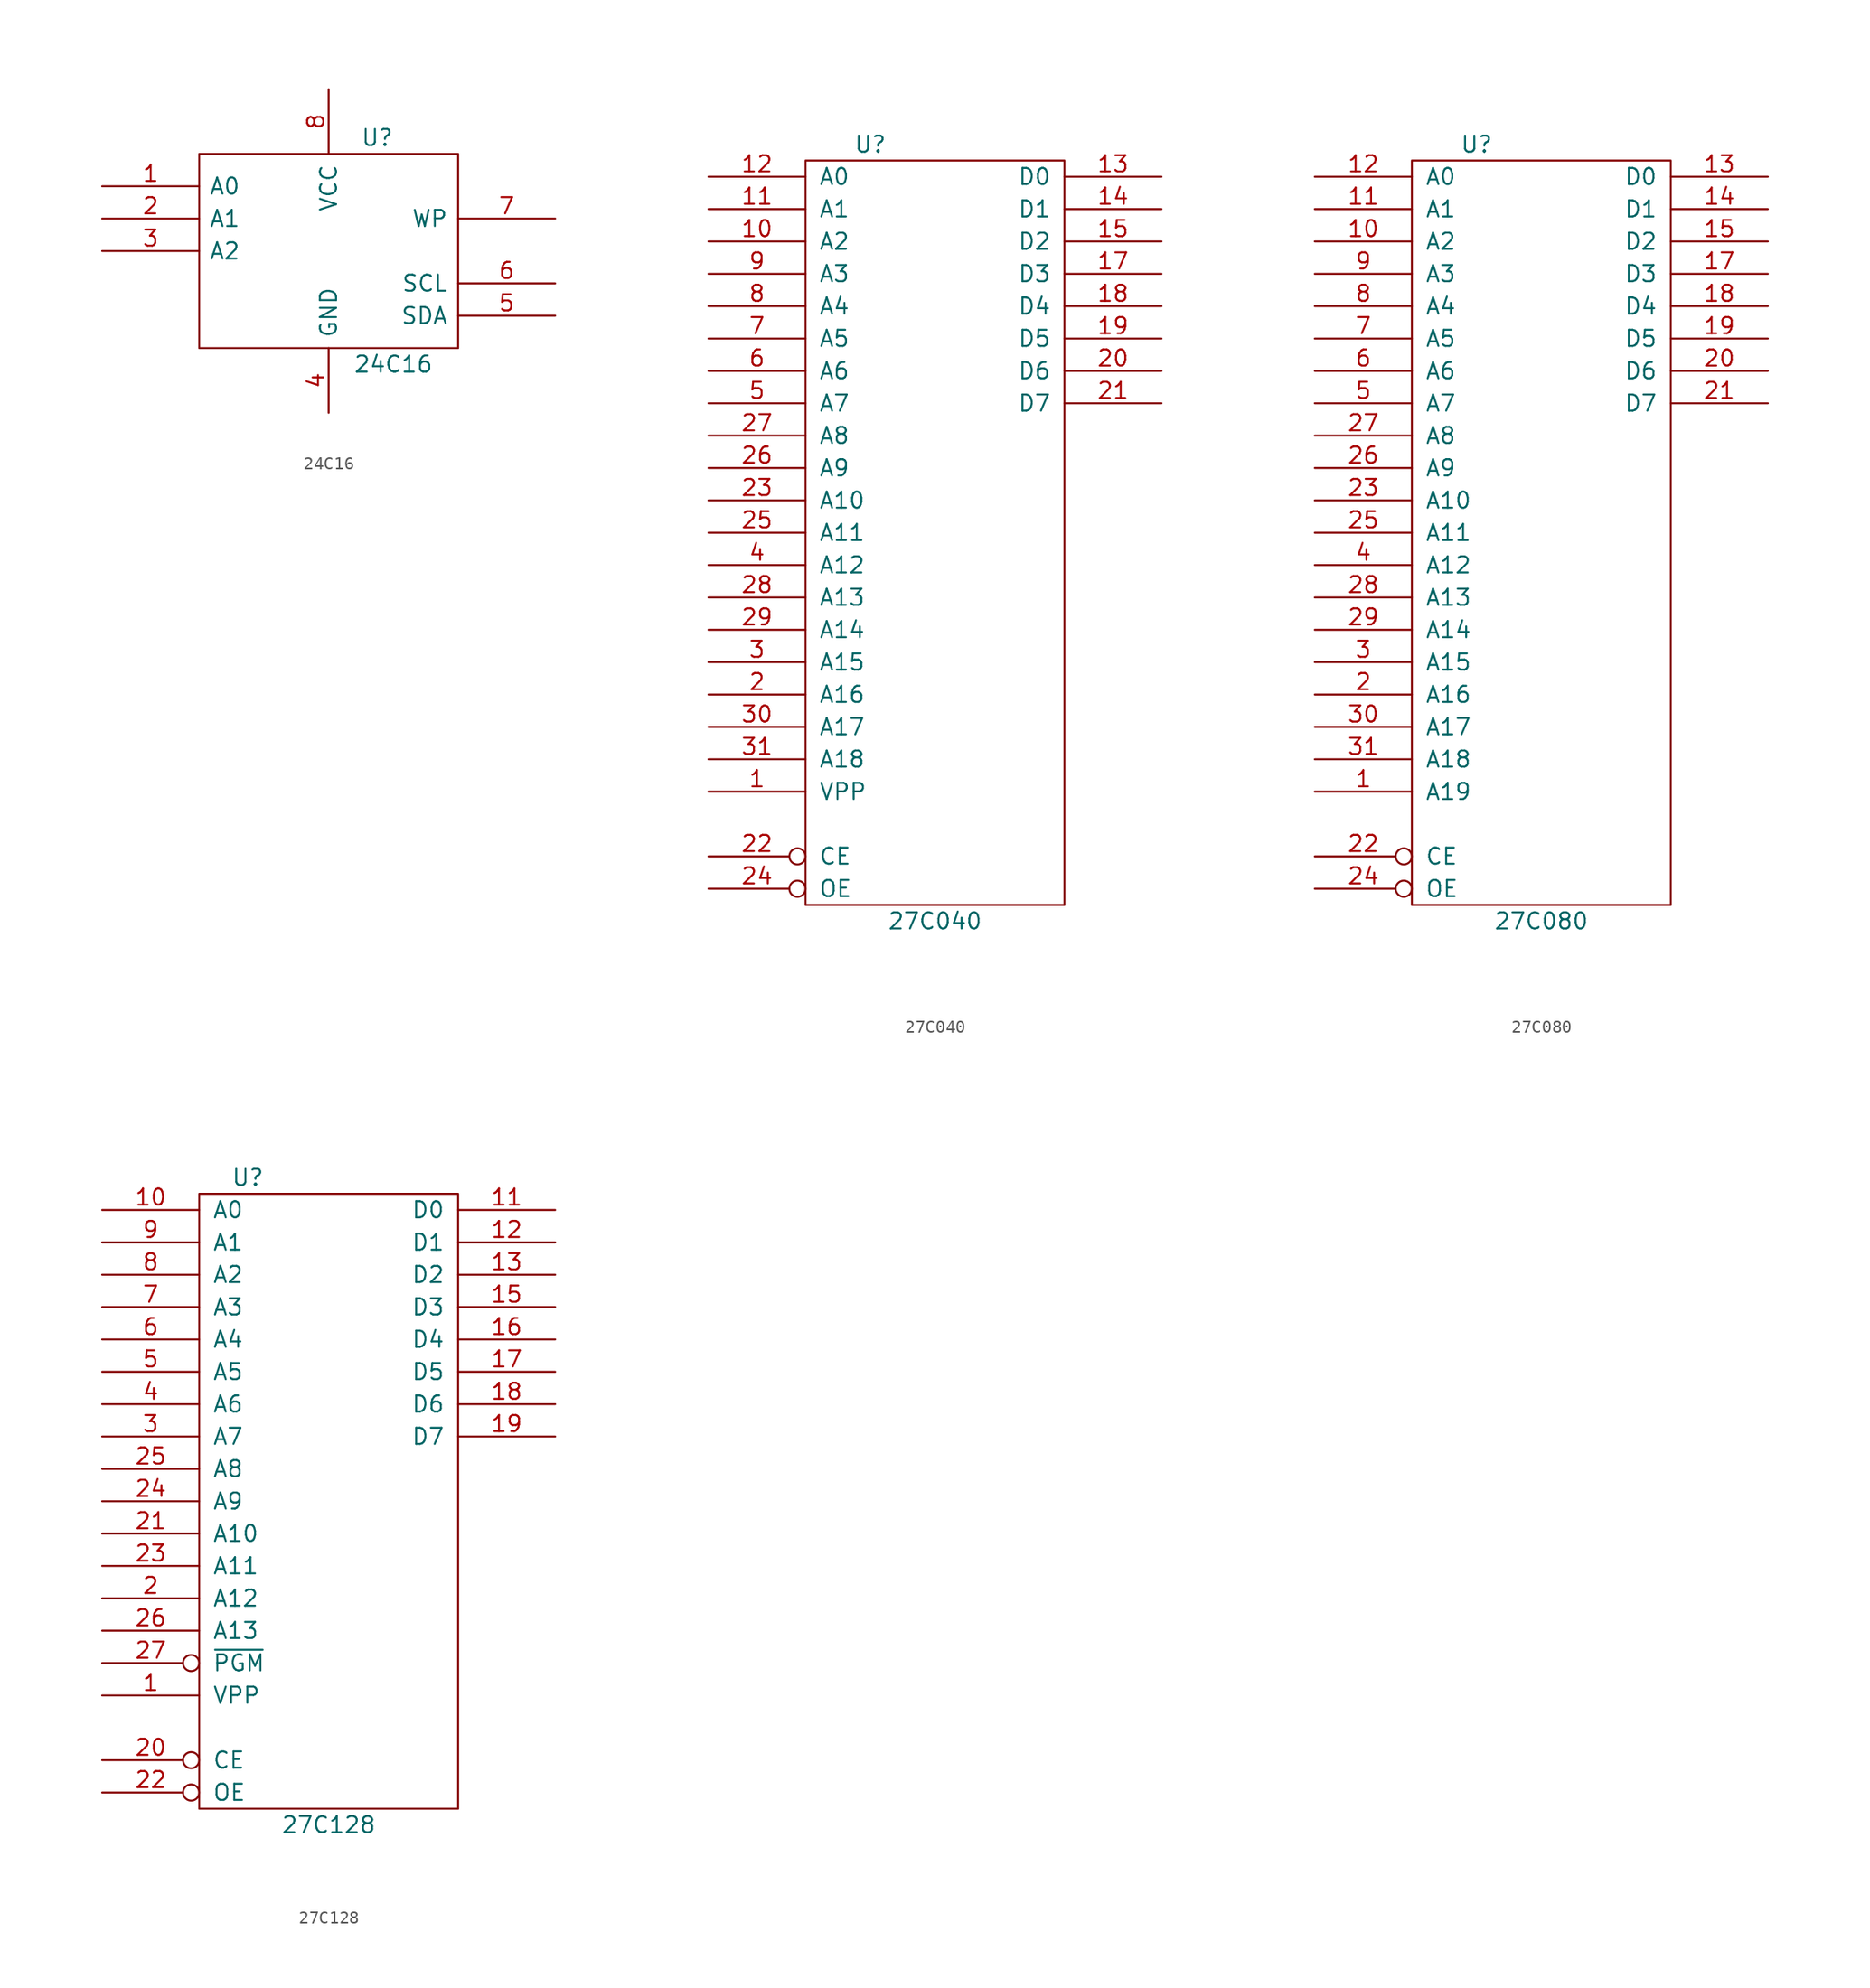
<source format=kicad_sym>
(kicad_symbol_lib
  (version 20231120)
  (generator "kicad_symbol_editor")
  (generator_version "8.0")
  (symbol "24C16"
    (pin_names
      (offset 0.762))
    (property "Reference" "U"
      (at 3.81 8.89 0)
      (effects (font (size 1.27 1.27))))
    (property "Value" "24C16"
      (at 5.08 -8.89 0)
      (effects (font (size 1.27 1.27))))
    (property "Footprint" ""
      (at 0 0 0)
      (effects (font (size 1.27 1.27))))
    (property "Datasheet" ""
      (at 0 0 0)
      (effects (font (size 1.27 1.27))))
    (symbol "24C16_0_0"
      (pin power_in line (at 0 -12.7 90) (length 5.08) (name "GND" (effects (font (size 1.27 1.27)))) (number "4" (effects (font (size 1.27 1.27)))))
      (pin power_in line (at 0 12.7 270) (length 5.08) (name "VCC" (effects (font (size 1.27 1.27)))) (number "8" (effects (font (size 1.27 1.27))))))
    (symbol "24C16_1_1"
      (rectangle (start -10.16 -7.62) (end 10.16 7.62) (stroke (width 0) (type solid)) (fill (type none)))
      (pin input line (at -17.78 5.08 0) (length 7.62) (name "A0" (effects (font (size 1.27 1.27)))) (number "1" (effects (font (size 1.27 1.27)))))
      (pin input line (at -17.78 2.54 0) (length 7.62) (name "A1" (effects (font (size 1.27 1.27)))) (number "2" (effects (font (size 1.27 1.27)))))
      (pin input line (at -17.78 0 0) (length 7.62) (name "A2" (effects (font (size 1.27 1.27)))) (number "3" (effects (font (size 1.27 1.27)))))
      (pin bidirectional line (at 17.78 -5.08 180) (length 7.62) (name "SDA" (effects (font (size 1.27 1.27)))) (number "5" (effects (font (size 1.27 1.27)))))
      (pin input line (at 17.78 -2.54 180) (length 7.62) (name "SCL" (effects (font (size 1.27 1.27)))) (number "6" (effects (font (size 1.27 1.27)))))
      (pin input line (at 17.78 2.54 180) (length 7.62) (name "WP" (effects (font (size 1.27 1.27)))) (number "7" (effects (font (size 1.27 1.27)))))))
  (symbol "27C040"
    (pin_names
      (offset 1.016))
    (property "Reference" "U"
      (at -5.08 25.4 0)
      (effects (font (size 1.27 1.27))))
    (property "Value" "27C040"
      (at 0 -35.56 0)
      (effects (font (size 1.27 1.27))))
    (property "Footprint" ""
      (at 0 0 0)
      (effects (font (size 1.27 1.27))))
    (property "Datasheet" ""
      (at 0 0 0)
      (effects (font (size 1.27 1.27))))
    (symbol "27C040_0_0"
      (pin power_in line (at 0 -35.56 90) (length 1.27) hide (name "GND" (effects (font (size 1.27 1.27)))) (number "16" (effects (font (size 1.27 1.27)))))
      (pin power_in line (at 0 25.4 270) (length 1.27) hide (name "VCC" (effects (font (size 1.27 1.27)))) (number "32" (effects (font (size 1.27 1.27))))))
    (symbol "27C040_0_1"
      (rectangle (start -10.16 24.13) (end 10.16 -34.29) (stroke (width 0) (type solid)) (fill (type none))))
    (symbol "27C040_1_1"
      (pin input line (at -17.78 -25.4 0) (length 7.62) (name "VPP" (effects (font (size 1.27 1.27)))) (number "1" (effects (font (size 1.27 1.27)))))
      (pin input line (at -17.78 17.78 0) (length 7.62) (name "A2" (effects (font (size 1.27 1.27)))) (number "10" (effects (font (size 1.27 1.27)))))
      (pin input line (at -17.78 20.32 0) (length 7.62) (name "A1" (effects (font (size 1.27 1.27)))) (number "11" (effects (font (size 1.27 1.27)))))
      (pin input line (at -17.78 22.86 0) (length 7.62) (name "A0" (effects (font (size 1.27 1.27)))) (number "12" (effects (font (size 1.27 1.27)))))
      (pin tri_state line (at 17.78 22.86 180) (length 7.62) (name "D0" (effects (font (size 1.27 1.27)))) (number "13" (effects (font (size 1.27 1.27)))))
      (pin tri_state line (at 17.78 20.32 180) (length 7.62) (name "D1" (effects (font (size 1.27 1.27)))) (number "14" (effects (font (size 1.27 1.27)))))
      (pin tri_state line (at 17.78 17.78 180) (length 7.62) (name "D2" (effects (font (size 1.27 1.27)))) (number "15" (effects (font (size 1.27 1.27)))))
      (pin tri_state line (at 17.78 15.24 180) (length 7.62) (name "D3" (effects (font (size 1.27 1.27)))) (number "17" (effects (font (size 1.27 1.27)))))
      (pin tri_state line (at 17.78 12.7 180) (length 7.62) (name "D4" (effects (font (size 1.27 1.27)))) (number "18" (effects (font (size 1.27 1.27)))))
      (pin tri_state line (at 17.78 10.16 180) (length 7.62) (name "D5" (effects (font (size 1.27 1.27)))) (number "19" (effects (font (size 1.27 1.27)))))
      (pin input line (at -17.78 -17.78 0) (length 7.62) (name "A16" (effects (font (size 1.27 1.27)))) (number "2" (effects (font (size 1.27 1.27)))))
      (pin tri_state line (at 17.78 7.62 180) (length 7.62) (name "D6" (effects (font (size 1.27 1.27)))) (number "20" (effects (font (size 1.27 1.27)))))
      (pin tri_state line (at 17.78 5.08 180) (length 7.62) (name "D7" (effects (font (size 1.27 1.27)))) (number "21" (effects (font (size 1.27 1.27)))))
      (pin input inverted (at -17.78 -30.48 0) (length 7.62) (name "CE" (effects (font (size 1.27 1.27)))) (number "22" (effects (font (size 1.27 1.27)))))
      (pin input line (at -17.78 -2.54 0) (length 7.62) (name "A10" (effects (font (size 1.27 1.27)))) (number "23" (effects (font (size 1.27 1.27)))))
      (pin input inverted (at -17.78 -33.02 0) (length 7.62) (name "OE" (effects (font (size 1.27 1.27)))) (number "24" (effects (font (size 1.27 1.27)))))
      (pin input line (at -17.78 -5.08 0) (length 7.62) (name "A11" (effects (font (size 1.27 1.27)))) (number "25" (effects (font (size 1.27 1.27)))))
      (pin input line (at -17.78 0 0) (length 7.62) (name "A9" (effects (font (size 1.27 1.27)))) (number "26" (effects (font (size 1.27 1.27)))))
      (pin input line (at -17.78 2.54 0) (length 7.62) (name "A8" (effects (font (size 1.27 1.27)))) (number "27" (effects (font (size 1.27 1.27)))))
      (pin input line (at -17.78 -10.16 0) (length 7.62) (name "A13" (effects (font (size 1.27 1.27)))) (number "28" (effects (font (size 1.27 1.27)))))
      (pin input line (at -17.78 -12.7 0) (length 7.62) (name "A14" (effects (font (size 1.27 1.27)))) (number "29" (effects (font (size 1.27 1.27)))))
      (pin input line (at -17.78 -15.24 0) (length 7.62) (name "A15" (effects (font (size 1.27 1.27)))) (number "3" (effects (font (size 1.27 1.27)))))
      (pin input line (at -17.78 -20.32 0) (length 7.62) (name "A17" (effects (font (size 1.27 1.27)))) (number "30" (effects (font (size 1.27 1.27)))))
      (pin input line (at -17.78 -22.86 0) (length 7.62) (name "A18" (effects (font (size 1.27 1.27)))) (number "31" (effects (font (size 1.27 1.27)))))
      (pin input line (at -17.78 -7.62 0) (length 7.62) (name "A12" (effects (font (size 1.27 1.27)))) (number "4" (effects (font (size 1.27 1.27)))))
      (pin input line (at -17.78 5.08 0) (length 7.62) (name "A7" (effects (font (size 1.27 1.27)))) (number "5" (effects (font (size 1.27 1.27)))))
      (pin input line (at -17.78 7.62 0) (length 7.62) (name "A6" (effects (font (size 1.27 1.27)))) (number "6" (effects (font (size 1.27 1.27)))))
      (pin input line (at -17.78 10.16 0) (length 7.62) (name "A5" (effects (font (size 1.27 1.27)))) (number "7" (effects (font (size 1.27 1.27)))))
      (pin input line (at -17.78 12.7 0) (length 7.62) (name "A4" (effects (font (size 1.27 1.27)))) (number "8" (effects (font (size 1.27 1.27)))))
      (pin input line (at -17.78 15.24 0) (length 7.62) (name "A3" (effects (font (size 1.27 1.27)))) (number "9" (effects (font (size 1.27 1.27)))))))
  (symbol "27C080"
    (pin_names
      (offset 1.016))
    (property "Reference" "U"
      (at -5.08 25.4 0)
      (effects (font (size 1.27 1.27))))
    (property "Value" "27C080"
      (at 0 -35.56 0)
      (effects (font (size 1.27 1.27))))
    (property "Footprint" ""
      (at 0 0 0)
      (effects (font (size 1.27 1.27))))
    (property "Datasheet" ""
      (at 0 0 0)
      (effects (font (size 1.27 1.27))))
    (symbol "27C080_0_0"
      (pin power_in line (at 0 -35.56 90) (length 1.27) hide (name "GND" (effects (font (size 1.27 1.27)))) (number "16" (effects (font (size 1.27 1.27)))))
      (pin power_in line (at 0 25.4 270) (length 1.27) hide (name "VCC" (effects (font (size 1.27 1.27)))) (number "32" (effects (font (size 1.27 1.27))))))
    (symbol "27C080_0_1"
      (rectangle (start -10.16 24.13) (end 10.16 -34.29) (stroke (width 0) (type solid)) (fill (type none))))
    (symbol "27C080_1_1"
      (pin input line (at -17.78 -25.4 0) (length 7.62) (name "A19" (effects (font (size 1.27 1.27)))) (number "1" (effects (font (size 1.27 1.27)))))
      (pin input line (at -17.78 17.78 0) (length 7.62) (name "A2" (effects (font (size 1.27 1.27)))) (number "10" (effects (font (size 1.27 1.27)))))
      (pin input line (at -17.78 20.32 0) (length 7.62) (name "A1" (effects (font (size 1.27 1.27)))) (number "11" (effects (font (size 1.27 1.27)))))
      (pin input line (at -17.78 22.86 0) (length 7.62) (name "A0" (effects (font (size 1.27 1.27)))) (number "12" (effects (font (size 1.27 1.27)))))
      (pin tri_state line (at 17.78 22.86 180) (length 7.62) (name "D0" (effects (font (size 1.27 1.27)))) (number "13" (effects (font (size 1.27 1.27)))))
      (pin tri_state line (at 17.78 20.32 180) (length 7.62) (name "D1" (effects (font (size 1.27 1.27)))) (number "14" (effects (font (size 1.27 1.27)))))
      (pin tri_state line (at 17.78 17.78 180) (length 7.62) (name "D2" (effects (font (size 1.27 1.27)))) (number "15" (effects (font (size 1.27 1.27)))))
      (pin tri_state line (at 17.78 15.24 180) (length 7.62) (name "D3" (effects (font (size 1.27 1.27)))) (number "17" (effects (font (size 1.27 1.27)))))
      (pin tri_state line (at 17.78 12.7 180) (length 7.62) (name "D4" (effects (font (size 1.27 1.27)))) (number "18" (effects (font (size 1.27 1.27)))))
      (pin tri_state line (at 17.78 10.16 180) (length 7.62) (name "D5" (effects (font (size 1.27 1.27)))) (number "19" (effects (font (size 1.27 1.27)))))
      (pin input line (at -17.78 -17.78 0) (length 7.62) (name "A16" (effects (font (size 1.27 1.27)))) (number "2" (effects (font (size 1.27 1.27)))))
      (pin tri_state line (at 17.78 7.62 180) (length 7.62) (name "D6" (effects (font (size 1.27 1.27)))) (number "20" (effects (font (size 1.27 1.27)))))
      (pin tri_state line (at 17.78 5.08 180) (length 7.62) (name "D7" (effects (font (size 1.27 1.27)))) (number "21" (effects (font (size 1.27 1.27)))))
      (pin input inverted (at -17.78 -30.48 0) (length 7.62) (name "CE" (effects (font (size 1.27 1.27)))) (number "22" (effects (font (size 1.27 1.27)))))
      (pin input line (at -17.78 -2.54 0) (length 7.62) (name "A10" (effects (font (size 1.27 1.27)))) (number "23" (effects (font (size 1.27 1.27)))))
      (pin input inverted (at -17.78 -33.02 0) (length 7.62) (name "OE" (effects (font (size 1.27 1.27)))) (number "24" (effects (font (size 1.27 1.27)))))
      (pin input line (at -17.78 -5.08 0) (length 7.62) (name "A11" (effects (font (size 1.27 1.27)))) (number "25" (effects (font (size 1.27 1.27)))))
      (pin input line (at -17.78 0 0) (length 7.62) (name "A9" (effects (font (size 1.27 1.27)))) (number "26" (effects (font (size 1.27 1.27)))))
      (pin input line (at -17.78 2.54 0) (length 7.62) (name "A8" (effects (font (size 1.27 1.27)))) (number "27" (effects (font (size 1.27 1.27)))))
      (pin input line (at -17.78 -10.16 0) (length 7.62) (name "A13" (effects (font (size 1.27 1.27)))) (number "28" (effects (font (size 1.27 1.27)))))
      (pin input line (at -17.78 -12.7 0) (length 7.62) (name "A14" (effects (font (size 1.27 1.27)))) (number "29" (effects (font (size 1.27 1.27)))))
      (pin input line (at -17.78 -15.24 0) (length 7.62) (name "A15" (effects (font (size 1.27 1.27)))) (number "3" (effects (font (size 1.27 1.27)))))
      (pin input line (at -17.78 -20.32 0) (length 7.62) (name "A17" (effects (font (size 1.27 1.27)))) (number "30" (effects (font (size 1.27 1.27)))))
      (pin input line (at -17.78 -22.86 0) (length 7.62) (name "A18" (effects (font (size 1.27 1.27)))) (number "31" (effects (font (size 1.27 1.27)))))
      (pin input line (at -17.78 -7.62 0) (length 7.62) (name "A12" (effects (font (size 1.27 1.27)))) (number "4" (effects (font (size 1.27 1.27)))))
      (pin input line (at -17.78 5.08 0) (length 7.62) (name "A7" (effects (font (size 1.27 1.27)))) (number "5" (effects (font (size 1.27 1.27)))))
      (pin input line (at -17.78 7.62 0) (length 7.62) (name "A6" (effects (font (size 1.27 1.27)))) (number "6" (effects (font (size 1.27 1.27)))))
      (pin input line (at -17.78 10.16 0) (length 7.62) (name "A5" (effects (font (size 1.27 1.27)))) (number "7" (effects (font (size 1.27 1.27)))))
      (pin input line (at -17.78 12.7 0) (length 7.62) (name "A4" (effects (font (size 1.27 1.27)))) (number "8" (effects (font (size 1.27 1.27)))))
      (pin input line (at -17.78 15.24 0) (length 7.62) (name "A3" (effects (font (size 1.27 1.27)))) (number "9" (effects (font (size 1.27 1.27)))))))
  (symbol "27C128"
    (pin_names
      (offset 1.016))
    (property "Reference" "U"
      (at -6.35 25.4 0)
      (effects (font (size 1.27 1.27))))
    (property "Value" "27C128"
      (at 0 -25.4 0)
      (effects (font (size 1.27 1.27))))
    (property "Footprint" ""
      (at 0 0 0)
      (effects (font (size 1.27 1.27))))
    (property "Datasheet" ""
      (at 0 0 0)
      (effects (font (size 1.27 1.27))))
    (symbol "27C128_0_0"
      (pin power_in line (at 0 -25.4 90) (length 1.27) hide (name "GND" (effects (font (size 1.27 1.27)))) (number "14" (effects (font (size 1.27 1.27)))))
      (pin power_in line (at 0 25.4 270) (length 1.27) hide (name "VCC" (effects (font (size 1.27 1.27)))) (number "28" (effects (font (size 1.27 1.27))))))
    (symbol "27C128_0_1"
      (rectangle (start -10.16 24.13) (end 10.16 -24.13) (stroke (width 0) (type solid)) (fill (type none))))
    (symbol "27C128_1_1"
      (pin input line (at -17.78 -15.24 0) (length 7.62) (name "VPP" (effects (font (size 1.27 1.27)))) (number "1" (effects (font (size 1.27 1.27)))))
      (pin input line (at -17.78 22.86 0) (length 7.62) (name "A0" (effects (font (size 1.27 1.27)))) (number "10" (effects (font (size 1.27 1.27)))))
      (pin tri_state line (at 17.78 22.86 180) (length 7.62) (name "D0" (effects (font (size 1.27 1.27)))) (number "11" (effects (font (size 1.27 1.27)))))
      (pin tri_state line (at 17.78 20.32 180) (length 7.62) (name "D1" (effects (font (size 1.27 1.27)))) (number "12" (effects (font (size 1.27 1.27)))))
      (pin tri_state line (at 17.78 17.78 180) (length 7.62) (name "D2" (effects (font (size 1.27 1.27)))) (number "13" (effects (font (size 1.27 1.27)))))
      (pin tri_state line (at 17.78 15.24 180) (length 7.62) (name "D3" (effects (font (size 1.27 1.27)))) (number "15" (effects (font (size 1.27 1.27)))))
      (pin tri_state line (at 17.78 12.7 180) (length 7.62) (name "D4" (effects (font (size 1.27 1.27)))) (number "16" (effects (font (size 1.27 1.27)))))
      (pin tri_state line (at 17.78 10.16 180) (length 7.62) (name "D5" (effects (font (size 1.27 1.27)))) (number "17" (effects (font (size 1.27 1.27)))))
      (pin tri_state line (at 17.78 7.62 180) (length 7.62) (name "D6" (effects (font (size 1.27 1.27)))) (number "18" (effects (font (size 1.27 1.27)))))
      (pin tri_state line (at 17.78 5.08 180) (length 7.62) (name "D7" (effects (font (size 1.27 1.27)))) (number "19" (effects (font (size 1.27 1.27)))))
      (pin input line (at -17.78 -7.62 0) (length 7.62) (name "A12" (effects (font (size 1.27 1.27)))) (number "2" (effects (font (size 1.27 1.27)))))
      (pin input inverted (at -17.78 -20.32 0) (length 7.62) (name "CE" (effects (font (size 1.27 1.27)))) (number "20" (effects (font (size 1.27 1.27)))))
      (pin input line (at -17.78 -2.54 0) (length 7.62) (name "A10" (effects (font (size 1.27 1.27)))) (number "21" (effects (font (size 1.27 1.27)))))
      (pin input inverted (at -17.78 -22.86 0) (length 7.62) (name "OE" (effects (font (size 1.27 1.27)))) (number "22" (effects (font (size 1.27 1.27)))))
      (pin input line (at -17.78 -5.08 0) (length 7.62) (name "A11" (effects (font (size 1.27 1.27)))) (number "23" (effects (font (size 1.27 1.27)))))
      (pin input line (at -17.78 0 0) (length 7.62) (name "A9" (effects (font (size 1.27 1.27)))) (number "24" (effects (font (size 1.27 1.27)))))
      (pin input line (at -17.78 2.54 0) (length 7.62) (name "A8" (effects (font (size 1.27 1.27)))) (number "25" (effects (font (size 1.27 1.27)))))
      (pin input line (at -17.78 -10.16 0) (length 7.62) (name "A13" (effects (font (size 1.27 1.27)))) (number "26" (effects (font (size 1.27 1.27)))))
      (pin input inverted (at -17.78 -12.7 0) (length 7.62) (name "~{PGM}" (effects (font (size 1.27 1.27)))) (number "27" (effects (font (size 1.27 1.27)))))
      (pin input line (at -17.78 5.08 0) (length 7.62) (name "A7" (effects (font (size 1.27 1.27)))) (number "3" (effects (font (size 1.27 1.27)))))
      (pin input line (at -17.78 7.62 0) (length 7.62) (name "A6" (effects (font (size 1.27 1.27)))) (number "4" (effects (font (size 1.27 1.27)))))
      (pin input line (at -17.78 10.16 0) (length 7.62) (name "A5" (effects (font (size 1.27 1.27)))) (number "5" (effects (font (size 1.27 1.27)))))
      (pin input line (at -17.78 12.7 0) (length 7.62) (name "A4" (effects (font (size 1.27 1.27)))) (number "6" (effects (font (size 1.27 1.27)))))
      (pin input line (at -17.78 15.24 0) (length 7.62) (name "A3" (effects (font (size 1.27 1.27)))) (number "7" (effects (font (size 1.27 1.27)))))
      (pin input line (at -17.78 17.78 0) (length 7.62) (name "A2" (effects (font (size 1.27 1.27)))) (number "8" (effects (font (size 1.27 1.27)))))
      (pin input line (at -17.78 20.32 0) (length 7.62) (name "A1" (effects (font (size 1.27 1.27)))) (number "9" (effects (font (size 1.27 1.27))))))))
</source>
